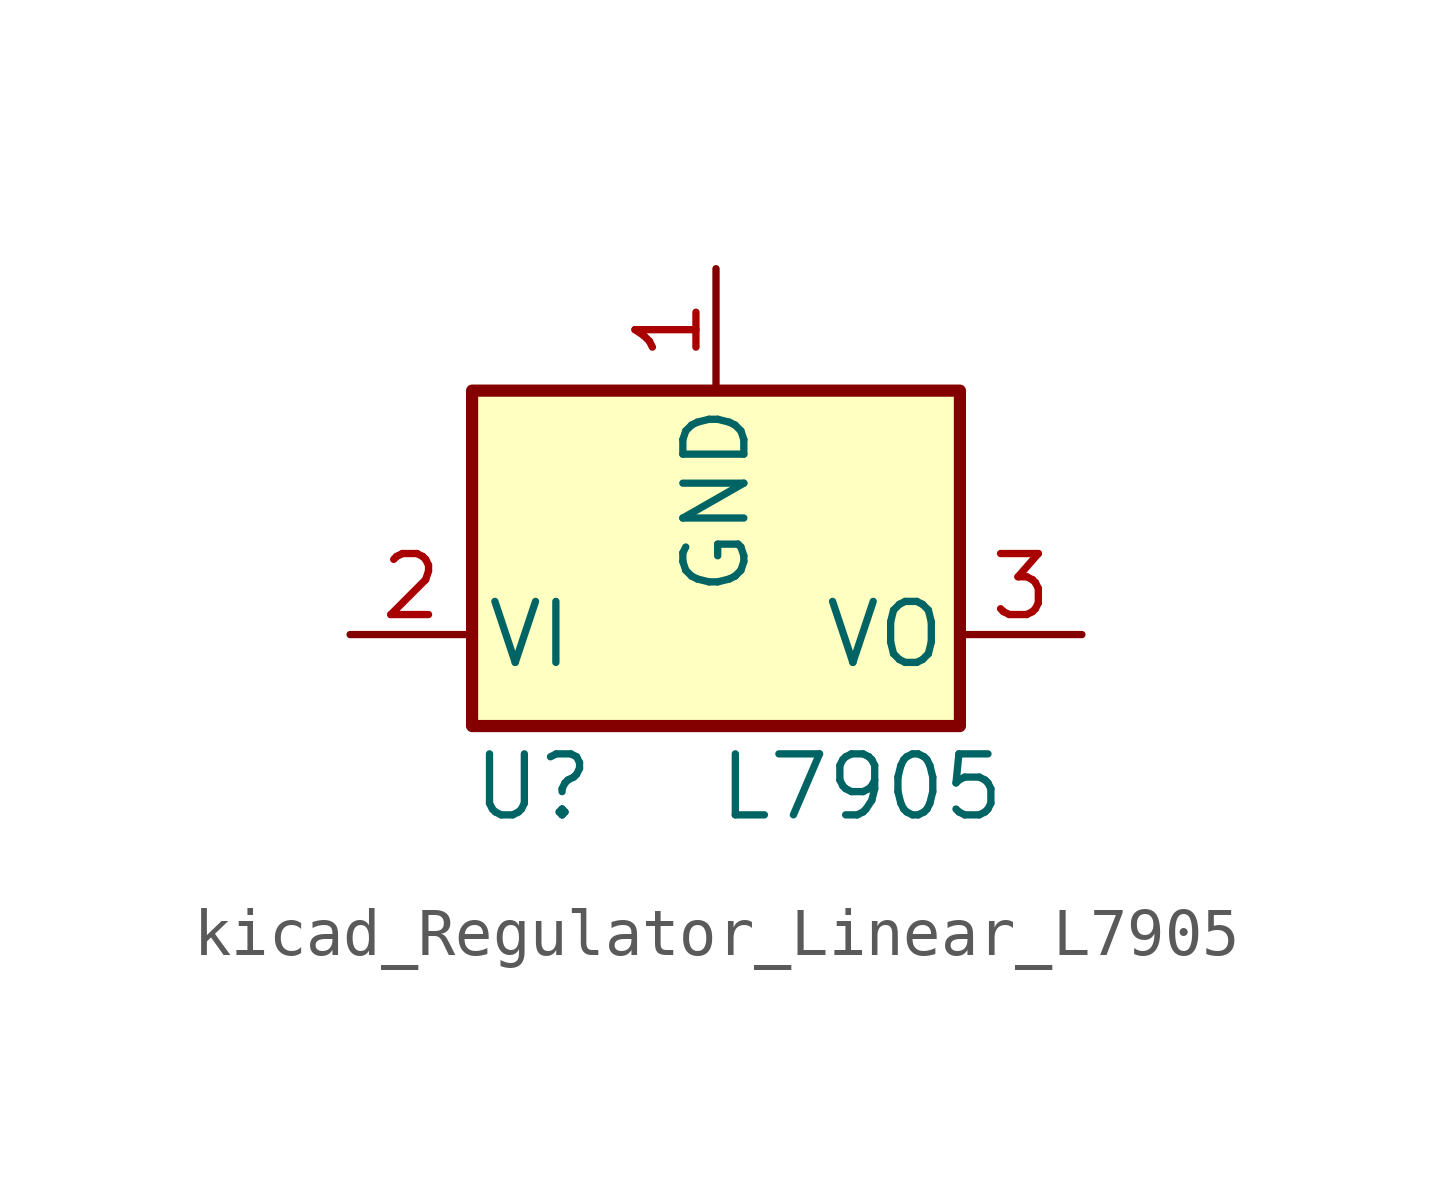
<source format=kicad_sym>
(kicad_symbol_lib
  (version 20220914)
  (generator kicad_symbol_editor)
  (symbol "kicad_Regulator_Linear_L7905"
    (pin_names
      (offset 0.254))
    (property "Reference" "U"
      (at -3.81 -3.175 0)
      (effects (font (size 1.27 1.27))))
    (property "Value" "L7905"
      (at 0 -3.175 0)
      (effects (font (size 1.27 1.27)) (justify left)))
    (symbol "kicad_Regulator_Linear_L7905_0_1"
      (rectangle (start -5.08 5.08) (end 5.08 -1.905) (stroke (width 0.254) (type default)) (fill (type background))))
    (symbol "kicad_Regulator_Linear_L7905_1_1"
      (pin power_in line (at 0 7.62 270) (length 2.54) (name "GND" (effects (font (size 1.27 1.27)))) (number "1" (effects (font (size 1.27 1.27)))))
      (pin power_in line (at -7.62 0 0) (length 2.54) (name "VI" (effects (font (size 1.27 1.27)))) (number "2" (effects (font (size 1.27 1.27)))))
      (pin power_out line (at 7.62 0 180) (length 2.54) (name "VO" (effects (font (size 1.27 1.27)))) (number "3" (effects (font (size 1.27 1.27))))))))
</source>
